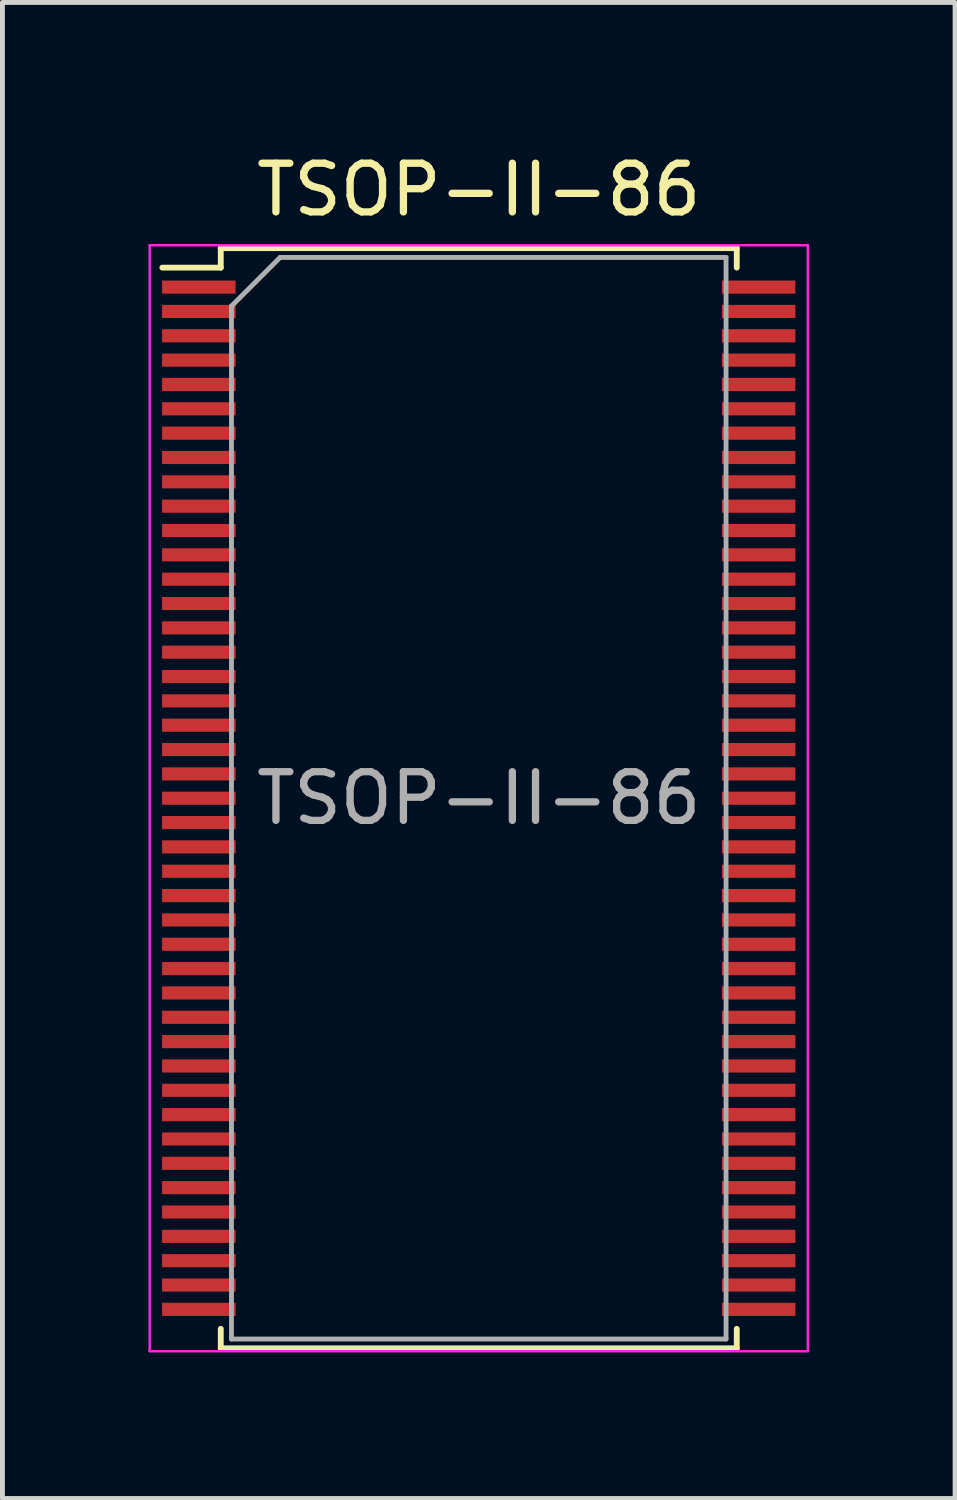
<source format=kicad_pcb>
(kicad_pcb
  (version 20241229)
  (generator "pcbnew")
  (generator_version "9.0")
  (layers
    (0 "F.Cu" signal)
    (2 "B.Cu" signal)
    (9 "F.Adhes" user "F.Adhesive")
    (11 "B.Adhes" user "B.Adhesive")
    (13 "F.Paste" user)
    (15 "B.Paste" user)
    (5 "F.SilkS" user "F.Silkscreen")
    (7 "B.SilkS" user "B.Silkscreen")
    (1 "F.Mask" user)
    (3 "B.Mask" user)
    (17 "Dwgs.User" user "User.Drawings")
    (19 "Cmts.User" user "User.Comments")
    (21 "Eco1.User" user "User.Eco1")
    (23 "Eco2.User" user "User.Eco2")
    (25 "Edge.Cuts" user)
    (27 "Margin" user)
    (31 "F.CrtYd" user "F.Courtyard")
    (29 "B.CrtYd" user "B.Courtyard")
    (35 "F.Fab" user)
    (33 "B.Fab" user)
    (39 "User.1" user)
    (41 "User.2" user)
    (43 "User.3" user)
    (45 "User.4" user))
  (footprint "TSOP-II-86"
    (layer "F.Cu")
    (at 6.785 13.348)
    (property "Reference" "TSOP-II-86" (at 0 -12.5 0) (layer "F.SilkS") (effects (font (size 1 1) (thickness 0.15))))
    (attr smd)
    (fp_line (start -6.5 -10.9) (end -5.3 -10.9) (stroke (width 0.12) (type solid)) (layer "F.SilkS"))
    (fp_line (start -5.3 -11.3) (end 5.3 -11.3) (stroke (width 0.12) (type solid)) (layer "F.SilkS"))
    (fp_line (start -5.3 -10.9) (end -5.3 -11.3) (stroke (width 0.12) (type solid)) (layer "F.SilkS"))
    (fp_line (start -5.3 10.9) (end -5.3 11.3) (stroke (width 0.12) (type solid)) (layer "F.SilkS"))
    (fp_line (start -5.3 11.3) (end 5.3 11.3) (stroke (width 0.12) (type solid)) (layer "F.SilkS"))
    (fp_line (start 5.3 -11.3) (end 5.3 -10.9) (stroke (width 0.12) (type solid)) (layer "F.SilkS"))
    (fp_line (start 5.3 10.9) (end 5.3 11.3) (stroke (width 0.12) (type solid)) (layer "F.SilkS"))
    (fp_line (start -6.76 -11.36) (end -6.76 11.36) (stroke (width 0.05) (type solid)) (layer "F.CrtYd"))
    (fp_line (start -6.76 -11.36) (end 6.76 -11.36) (stroke (width 0.05) (type solid)) (layer "F.CrtYd"))
    (fp_line (start 6.76 -11.36) (end 6.76 11.36) (stroke (width 0.05) (type solid)) (layer "F.CrtYd"))
    (fp_line (start 6.76 11.36) (end -6.76 11.36) (stroke (width 0.05) (type solid)) (layer "F.CrtYd"))
    (fp_line (start -5.08 11.11) (end -5.08 -10.11) (stroke (width 0.1) (type solid)) (layer "F.Fab"))
    (fp_line (start -4.08 -11.11) (end -5.08 -10.11) (stroke (width 0.1) (type solid)) (layer "F.Fab"))
    (fp_line (start -4.08 -11.11) (end 5.08 -11.11) (stroke (width 0.1) (type solid)) (layer "F.Fab"))
    (fp_line (start 5.08 -11.11) (end 5.08 11.11) (stroke (width 0.1) (type solid)) (layer "F.Fab"))
    (fp_line (start 5.08 11.11) (end -5.08 11.11) (stroke (width 0.1) (type solid)) (layer "F.Fab"))
    (fp_text user "${REFERENCE}" (at 0 0 0) (layer "F.Fab") (effects (font (size 1 1) (thickness 0.15))))
    (pad "1" smd rect (at -5.75 -10.5) (size 1.51 0.27) (layers "F.Cu" "F.Mask" "F.Paste"))
    (pad "2" smd rect (at -5.75 -10) (size 1.51 0.27) (layers "F.Cu" "F.Mask" "F.Paste"))
    (pad "3" smd rect (at -5.75 -9.5) (size 1.51 0.27) (layers "F.Cu" "F.Mask" "F.Paste"))
    (pad "4" smd rect (at -5.75 -9) (size 1.51 0.27) (layers "F.Cu" "F.Mask" "F.Paste"))
    (pad "5" smd rect (at -5.75 -8.5) (size 1.51 0.27) (layers "F.Cu" "F.Mask" "F.Paste"))
    (pad "6" smd rect (at -5.75 -8) (size 1.51 0.27) (layers "F.Cu" "F.Mask" "F.Paste"))
    (pad "7" smd rect (at -5.75 -7.5) (size 1.51 0.27) (layers "F.Cu" "F.Mask" "F.Paste"))
    (pad "8" smd rect (at -5.75 -7) (size 1.51 0.27) (layers "F.Cu" "F.Mask" "F.Paste"))
    (pad "9" smd rect (at -5.75 -6.5) (size 1.51 0.27) (layers "F.Cu" "F.Mask" "F.Paste"))
    (pad "10" smd rect (at -5.75 -6) (size 1.51 0.27) (layers "F.Cu" "F.Mask" "F.Paste"))
    (pad "11" smd rect (at -5.75 -5.5) (size 1.51 0.27) (layers "F.Cu" "F.Mask" "F.Paste"))
    (pad "12" smd rect (at -5.75 -5) (size 1.51 0.27) (layers "F.Cu" "F.Mask" "F.Paste"))
    (pad "13" smd rect (at -5.75 -4.5) (size 1.51 0.27) (layers "F.Cu" "F.Mask" "F.Paste"))
    (pad "14" smd rect (at -5.75 -4) (size 1.51 0.27) (layers "F.Cu" "F.Mask" "F.Paste"))
    (pad "15" smd rect (at -5.75 -3.5) (size 1.51 0.27) (layers "F.Cu" "F.Mask" "F.Paste"))
    (pad "16" smd rect (at -5.75 -3) (size 1.51 0.27) (layers "F.Cu" "F.Mask" "F.Paste"))
    (pad "17" smd rect (at -5.75 -2.5) (size 1.51 0.27) (layers "F.Cu" "F.Mask" "F.Paste"))
    (pad "18" smd rect (at -5.75 -2) (size 1.51 0.27) (layers "F.Cu" "F.Mask" "F.Paste"))
    (pad "19" smd rect (at -5.75 -1.5) (size 1.51 0.27) (layers "F.Cu" "F.Mask" "F.Paste"))
    (pad "20" smd rect (at -5.75 -1) (size 1.51 0.27) (layers "F.Cu" "F.Mask" "F.Paste"))
    (pad "21" smd rect (at -5.75 -0.5) (size 1.51 0.27) (layers "F.Cu" "F.Mask" "F.Paste"))
    (pad "22" smd rect (at -5.75 0) (size 1.51 0.27) (layers "F.Cu" "F.Mask" "F.Paste"))
    (pad "23" smd rect (at -5.75 0.5) (size 1.51 0.27) (layers "F.Cu" "F.Mask" "F.Paste"))
    (pad "24" smd rect (at -5.75 1) (size 1.51 0.27) (layers "F.Cu" "F.Mask" "F.Paste"))
    (pad "25" smd rect (at -5.75 1.5) (size 1.51 0.27) (layers "F.Cu" "F.Mask" "F.Paste"))
    (pad "26" smd rect (at -5.75 2) (size 1.51 0.27) (layers "F.Cu" "F.Mask" "F.Paste"))
    (pad "27" smd rect (at -5.75 2.5) (size 1.51 0.27) (layers "F.Cu" "F.Mask" "F.Paste"))
    (pad "28" smd rect (at -5.75 3) (size 1.51 0.27) (layers "F.Cu" "F.Mask" "F.Paste"))
    (pad "29" smd rect (at -5.75 3.5) (size 1.51 0.27) (layers "F.Cu" "F.Mask" "F.Paste"))
    (pad "30" smd rect (at -5.75 4) (size 1.51 0.27) (layers "F.Cu" "F.Mask" "F.Paste"))
    (pad "31" smd rect (at -5.75 4.5) (size 1.51 0.27) (layers "F.Cu" "F.Mask" "F.Paste"))
    (pad "32" smd rect (at -5.75 5) (size 1.51 0.27) (layers "F.Cu" "F.Mask" "F.Paste"))
    (pad "33" smd rect (at -5.75 5.5) (size 1.51 0.27) (layers "F.Cu" "F.Mask" "F.Paste"))
    (pad "34" smd rect (at -5.75 6) (size 1.51 0.27) (layers "F.Cu" "F.Mask" "F.Paste"))
    (pad "35" smd rect (at -5.75 6.5) (size 1.51 0.27) (layers "F.Cu" "F.Mask" "F.Paste"))
    (pad "36" smd rect (at -5.75 7) (size 1.51 0.27) (layers "F.Cu" "F.Mask" "F.Paste"))
    (pad "37" smd rect (at -5.75 7.5) (size 1.51 0.27) (layers "F.Cu" "F.Mask" "F.Paste"))
    (pad "38" smd rect (at -5.75 8) (size 1.51 0.27) (layers "F.Cu" "F.Mask" "F.Paste"))
    (pad "39" smd rect (at -5.75 8.5) (size 1.51 0.27) (layers "F.Cu" "F.Mask" "F.Paste"))
    (pad "40" smd rect (at -5.75 9) (size 1.51 0.27) (layers "F.Cu" "F.Mask" "F.Paste"))
    (pad "41" smd rect (at -5.75 9.5) (size 1.51 0.27) (layers "F.Cu" "F.Mask" "F.Paste"))
    (pad "42" smd rect (at -5.75 10) (size 1.51 0.27) (layers "F.Cu" "F.Mask" "F.Paste"))
    (pad "43" smd rect (at -5.75 10.5) (size 1.51 0.27) (layers "F.Cu" "F.Mask" "F.Paste"))
    (pad "44" smd rect (at 5.75 10.5) (size 1.51 0.27) (layers "F.Cu" "F.Mask" "F.Paste"))
    (pad "45" smd rect (at 5.75 10) (size 1.51 0.27) (layers "F.Cu" "F.Mask" "F.Paste"))
    (pad "46" smd rect (at 5.75 9.5) (size 1.51 0.27) (layers "F.Cu" "F.Mask" "F.Paste"))
    (pad "47" smd rect (at 5.75 9) (size 1.51 0.27) (layers "F.Cu" "F.Mask" "F.Paste"))
    (pad "48" smd rect (at 5.75 8.5) (size 1.51 0.27) (layers "F.Cu" "F.Mask" "F.Paste"))
    (pad "49" smd rect (at 5.75 8) (size 1.51 0.27) (layers "F.Cu" "F.Mask" "F.Paste"))
    (pad "50" smd rect (at 5.75 7.5) (size 1.51 0.27) (layers "F.Cu" "F.Mask" "F.Paste"))
    (pad "51" smd rect (at 5.75 7) (size 1.51 0.27) (layers "F.Cu" "F.Mask" "F.Paste"))
    (pad "52" smd rect (at 5.75 6.5) (size 1.51 0.27) (layers "F.Cu" "F.Mask" "F.Paste"))
    (pad "53" smd rect (at 5.75 6) (size 1.51 0.27) (layers "F.Cu" "F.Mask" "F.Paste"))
    (pad "54" smd rect (at 5.75 5.5) (size 1.51 0.27) (layers "F.Cu" "F.Mask" "F.Paste"))
    (pad "55" smd rect (at 5.75 5) (size 1.51 0.27) (layers "F.Cu" "F.Mask" "F.Paste"))
    (pad "56" smd rect (at 5.75 4.5) (size 1.51 0.27) (layers "F.Cu" "F.Mask" "F.Paste"))
    (pad "57" smd rect (at 5.75 4) (size 1.51 0.27) (layers "F.Cu" "F.Mask" "F.Paste"))
    (pad "58" smd rect (at 5.75 3.5) (size 1.51 0.27) (layers "F.Cu" "F.Mask" "F.Paste"))
    (pad "59" smd rect (at 5.75 3) (size 1.51 0.27) (layers "F.Cu" "F.Mask" "F.Paste"))
    (pad "60" smd rect (at 5.75 2.5) (size 1.51 0.27) (layers "F.Cu" "F.Mask" "F.Paste"))
    (pad "61" smd rect (at 5.75 2) (size 1.51 0.27) (layers "F.Cu" "F.Mask" "F.Paste"))
    (pad "62" smd rect (at 5.75 1.5) (size 1.51 0.27) (layers "F.Cu" "F.Mask" "F.Paste"))
    (pad "63" smd rect (at 5.75 1) (size 1.51 0.27) (layers "F.Cu" "F.Mask" "F.Paste"))
    (pad "64" smd rect (at 5.75 0.5) (size 1.51 0.27) (layers "F.Cu" "F.Mask" "F.Paste"))
    (pad "65" smd rect (at 5.75 0) (size 1.51 0.27) (layers "F.Cu" "F.Mask" "F.Paste"))
    (pad "66" smd rect (at 5.75 -0.5) (size 1.51 0.27) (layers "F.Cu" "F.Mask" "F.Paste"))
    (pad "67" smd rect (at 5.75 -1) (size 1.51 0.27) (layers "F.Cu" "F.Mask" "F.Paste"))
    (pad "68" smd rect (at 5.75 -1.5) (size 1.51 0.27) (layers "F.Cu" "F.Mask" "F.Paste"))
    (pad "69" smd rect (at 5.75 -2) (size 1.51 0.27) (layers "F.Cu" "F.Mask" "F.Paste"))
    (pad "70" smd rect (at 5.75 -2.5) (size 1.51 0.27) (layers "F.Cu" "F.Mask" "F.Paste"))
    (pad "71" smd rect (at 5.75 -3) (size 1.51 0.27) (layers "F.Cu" "F.Mask" "F.Paste"))
    (pad "72" smd rect (at 5.75 -3.5) (size 1.51 0.27) (layers "F.Cu" "F.Mask" "F.Paste"))
    (pad "73" smd rect (at 5.75 -4) (size 1.51 0.27) (layers "F.Cu" "F.Mask" "F.Paste"))
    (pad "74" smd rect (at 5.75 -4.5) (size 1.51 0.27) (layers "F.Cu" "F.Mask" "F.Paste"))
    (pad "75" smd rect (at 5.75 -5) (size 1.51 0.27) (layers "F.Cu" "F.Mask" "F.Paste"))
    (pad "76" smd rect (at 5.75 -5.5) (size 1.51 0.27) (layers "F.Cu" "F.Mask" "F.Paste"))
    (pad "77" smd rect (at 5.75 -6) (size 1.51 0.27) (layers "F.Cu" "F.Mask" "F.Paste"))
    (pad "78" smd rect (at 5.75 -6.5) (size 1.51 0.27) (layers "F.Cu" "F.Mask" "F.Paste"))
    (pad "79" smd rect (at 5.75 -7) (size 1.51 0.27) (layers "F.Cu" "F.Mask" "F.Paste"))
    (pad "80" smd rect (at 5.75 -7.5) (size 1.51 0.27) (layers "F.Cu" "F.Mask" "F.Paste"))
    (pad "81" smd rect (at 5.75 -8) (size 1.51 0.27) (layers "F.Cu" "F.Mask" "F.Paste"))
    (pad "82" smd rect (at 5.75 -8.5) (size 1.51 0.27) (layers "F.Cu" "F.Mask" "F.Paste"))
    (pad "83" smd rect (at 5.75 -9) (size 1.51 0.27) (layers "F.Cu" "F.Mask" "F.Paste"))
    (pad "84" smd rect (at 5.75 -9.5) (size 1.51 0.27) (layers "F.Cu" "F.Mask" "F.Paste"))
    (pad "85" smd rect (at 5.75 -10) (size 1.51 0.27) (layers "F.Cu" "F.Mask" "F.Paste"))
    (pad "86" smd rect (at 5.75 -10.5) (size 1.51 0.27) (layers "F.Cu" "F.Mask" "F.Paste")))
  (gr_rect
    (start -3 -3)
    (end 16.57 27.733)
    (stroke (width 0.1) (type default))
    (fill no)
    (layer "Edge.Cuts")))
</source>
